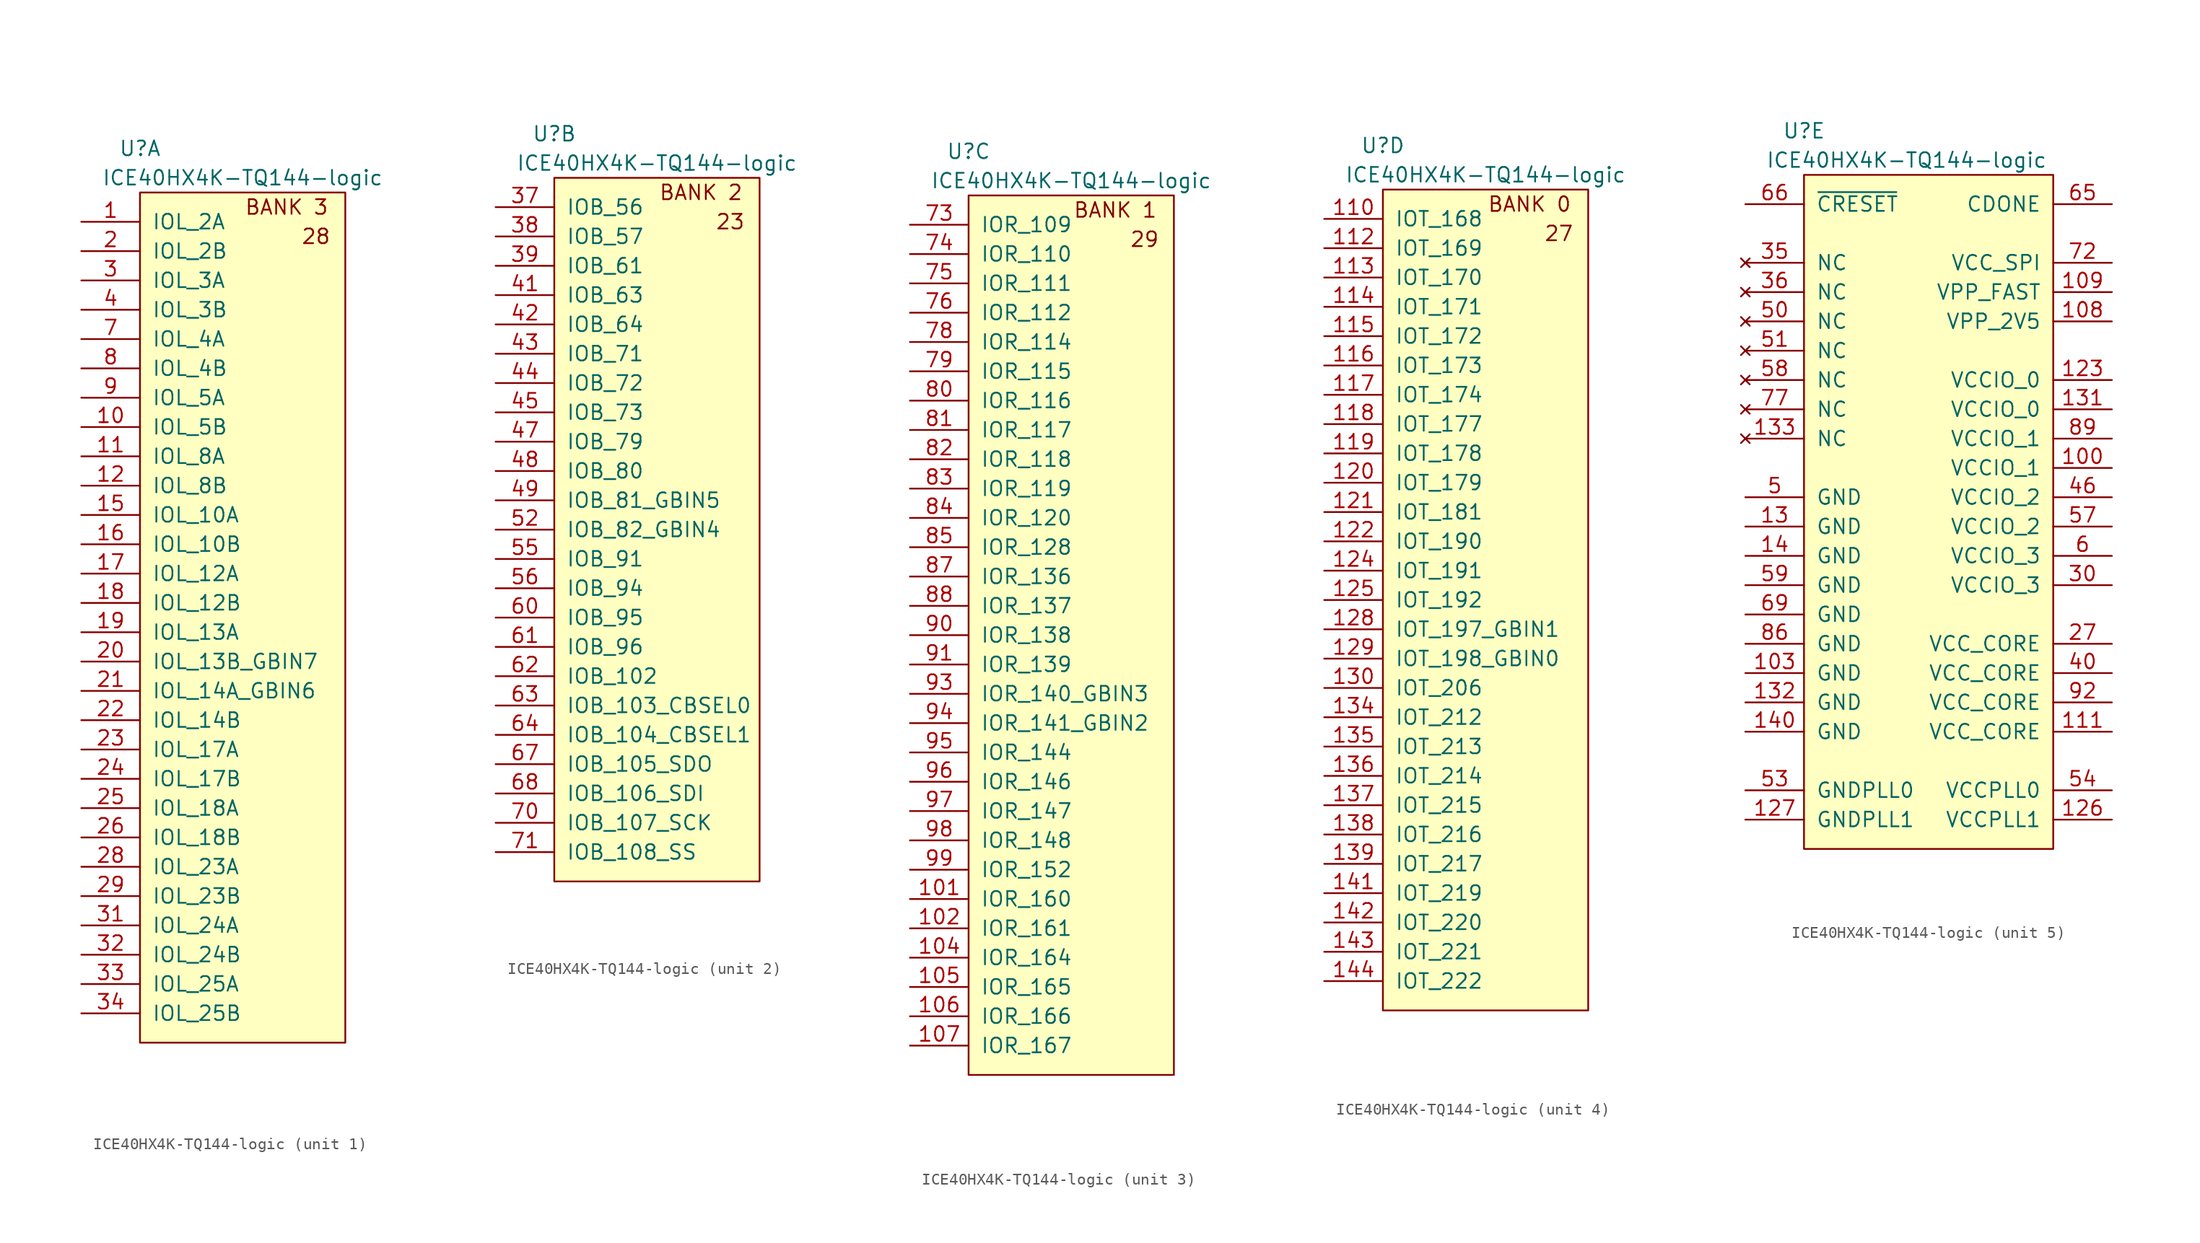
<source format=kicad_sym>
(kicad_symbol_lib
  (version 20220914)
  (generator kicad_symbol_editor)
  (symbol "ICE40HX4K-TQ144-logic"
    (pin_names
      (offset 1.016))
    (property "Reference" "U"
      (at 0 3.81 0)
      (effects (font (size 1.27 1.27))))
    (property "Value" "ICE40HX4K-TQ144-logic"
      (at 8.89 1.27 0)
      (effects (font (size 1.27 1.27))))
    (property "ki_locked" ""
      (at 0 0 0)
      (effects (font (size 1.27 1.27))))
    (symbol "ICE40HX4K-TQ144-logic_1_0"
      (rectangle (start 0 0) (end 17.78 -73.66) (stroke (width 0) (type solid)) (fill (type background)))
      (text "28" (at 15.24 -3.81 0) (effects (font (size 1.27 1.27))))
      (text "BANK 3" (at 12.7 -1.27 0) (effects (font (size 1.27 1.27)))))
    (symbol "ICE40HX4K-TQ144-logic_1_1"
      (pin passive line (at -5.08 -2.54 0) (length 5.08) (name "IOL_2A" (effects (font (size 1.27 1.27)))) (number "1" (effects (font (size 1.27 1.27)))))
      (pin passive line (at -5.08 -20.32 0) (length 5.08) (name "IOL_5B" (effects (font (size 1.27 1.27)))) (number "10" (effects (font (size 1.27 1.27)))))
      (pin passive line (at -5.08 -22.86 0) (length 5.08) (name "IOL_8A" (effects (font (size 1.27 1.27)))) (number "11" (effects (font (size 1.27 1.27)))))
      (pin passive line (at -5.08 -25.4 0) (length 5.08) (name "IOL_8B" (effects (font (size 1.27 1.27)))) (number "12" (effects (font (size 1.27 1.27)))))
      (pin passive line (at -5.08 -27.94 0) (length 5.08) (name "IOL_10A" (effects (font (size 1.27 1.27)))) (number "15" (effects (font (size 1.27 1.27)))))
      (pin passive line (at -5.08 -30.48 0) (length 5.08) (name "IOL_10B" (effects (font (size 1.27 1.27)))) (number "16" (effects (font (size 1.27 1.27)))))
      (pin passive line (at -5.08 -33.02 0) (length 5.08) (name "IOL_12A" (effects (font (size 1.27 1.27)))) (number "17" (effects (font (size 1.27 1.27)))))
      (pin passive line (at -5.08 -35.56 0) (length 5.08) (name "IOL_12B" (effects (font (size 1.27 1.27)))) (number "18" (effects (font (size 1.27 1.27)))))
      (pin passive line (at -5.08 -38.1 0) (length 5.08) (name "IOL_13A" (effects (font (size 1.27 1.27)))) (number "19" (effects (font (size 1.27 1.27)))))
      (pin passive line (at -5.08 -5.08 0) (length 5.08) (name "IOL_2B" (effects (font (size 1.27 1.27)))) (number "2" (effects (font (size 1.27 1.27)))))
      (pin passive line (at -5.08 -40.64 0) (length 5.08) (name "IOL_13B_GBIN7" (effects (font (size 1.27 1.27)))) (number "20" (effects (font (size 1.27 1.27)))))
      (pin passive line (at -5.08 -43.18 0) (length 5.08) (name "IOL_14A_GBIN6" (effects (font (size 1.27 1.27)))) (number "21" (effects (font (size 1.27 1.27)))))
      (pin passive line (at -5.08 -45.72 0) (length 5.08) (name "IOL_14B" (effects (font (size 1.27 1.27)))) (number "22" (effects (font (size 1.27 1.27)))))
      (pin passive line (at -5.08 -48.26 0) (length 5.08) (name "IOL_17A" (effects (font (size 1.27 1.27)))) (number "23" (effects (font (size 1.27 1.27)))))
      (pin passive line (at -5.08 -50.8 0) (length 5.08) (name "IOL_17B" (effects (font (size 1.27 1.27)))) (number "24" (effects (font (size 1.27 1.27)))))
      (pin passive line (at -5.08 -53.34 0) (length 5.08) (name "IOL_18A" (effects (font (size 1.27 1.27)))) (number "25" (effects (font (size 1.27 1.27)))))
      (pin passive line (at -5.08 -55.88 0) (length 5.08) (name "IOL_18B" (effects (font (size 1.27 1.27)))) (number "26" (effects (font (size 1.27 1.27)))))
      (pin passive line (at -5.08 -58.42 0) (length 5.08) (name "IOL_23A" (effects (font (size 1.27 1.27)))) (number "28" (effects (font (size 1.27 1.27)))))
      (pin passive line (at -5.08 -60.96 0) (length 5.08) (name "IOL_23B" (effects (font (size 1.27 1.27)))) (number "29" (effects (font (size 1.27 1.27)))))
      (pin passive line (at -5.08 -7.62 0) (length 5.08) (name "IOL_3A" (effects (font (size 1.27 1.27)))) (number "3" (effects (font (size 1.27 1.27)))))
      (pin passive line (at -5.08 -63.5 0) (length 5.08) (name "IOL_24A" (effects (font (size 1.27 1.27)))) (number "31" (effects (font (size 1.27 1.27)))))
      (pin passive line (at -5.08 -66.04 0) (length 5.08) (name "IOL_24B" (effects (font (size 1.27 1.27)))) (number "32" (effects (font (size 1.27 1.27)))))
      (pin passive line (at -5.08 -68.58 0) (length 5.08) (name "IOL_25A" (effects (font (size 1.27 1.27)))) (number "33" (effects (font (size 1.27 1.27)))))
      (pin passive line (at -5.08 -71.12 0) (length 5.08) (name "IOL_25B" (effects (font (size 1.27 1.27)))) (number "34" (effects (font (size 1.27 1.27)))))
      (pin passive line (at -5.08 -10.16 0) (length 5.08) (name "IOL_3B" (effects (font (size 1.27 1.27)))) (number "4" (effects (font (size 1.27 1.27)))))
      (pin passive line (at -5.08 -12.7 0) (length 5.08) (name "IOL_4A" (effects (font (size 1.27 1.27)))) (number "7" (effects (font (size 1.27 1.27)))))
      (pin passive line (at -5.08 -15.24 0) (length 5.08) (name "IOL_4B" (effects (font (size 1.27 1.27)))) (number "8" (effects (font (size 1.27 1.27)))))
      (pin passive line (at -5.08 -17.78 0) (length 5.08) (name "IOL_5A" (effects (font (size 1.27 1.27)))) (number "9" (effects (font (size 1.27 1.27))))))
    (symbol "ICE40HX4K-TQ144-logic_2_0"
      (rectangle (start 0 0) (end 17.78 -60.96) (stroke (width 0) (type solid)) (fill (type background)))
      (text "23" (at 15.24 -3.81 0) (effects (font (size 1.27 1.27))))
      (text "BANK 2" (at 12.7 -1.27 0) (effects (font (size 1.27 1.27)))))
    (symbol "ICE40HX4K-TQ144-logic_2_1"
      (pin passive line (at -5.08 -2.54 0) (length 5.08) (name "IOB_56" (effects (font (size 1.27 1.27)))) (number "37" (effects (font (size 1.27 1.27)))))
      (pin passive line (at -5.08 -5.08 0) (length 5.08) (name "IOB_57" (effects (font (size 1.27 1.27)))) (number "38" (effects (font (size 1.27 1.27)))))
      (pin passive line (at -5.08 -7.62 0) (length 5.08) (name "IOB_61" (effects (font (size 1.27 1.27)))) (number "39" (effects (font (size 1.27 1.27)))))
      (pin passive line (at -5.08 -10.16 0) (length 5.08) (name "IOB_63" (effects (font (size 1.27 1.27)))) (number "41" (effects (font (size 1.27 1.27)))))
      (pin passive line (at -5.08 -12.7 0) (length 5.08) (name "IOB_64" (effects (font (size 1.27 1.27)))) (number "42" (effects (font (size 1.27 1.27)))))
      (pin passive line (at -5.08 -15.24 0) (length 5.08) (name "IOB_71" (effects (font (size 1.27 1.27)))) (number "43" (effects (font (size 1.27 1.27)))))
      (pin passive line (at -5.08 -17.78 0) (length 5.08) (name "IOB_72" (effects (font (size 1.27 1.27)))) (number "44" (effects (font (size 1.27 1.27)))))
      (pin passive line (at -5.08 -20.32 0) (length 5.08) (name "IOB_73" (effects (font (size 1.27 1.27)))) (number "45" (effects (font (size 1.27 1.27)))))
      (pin passive line (at -5.08 -22.86 0) (length 5.08) (name "IOB_79" (effects (font (size 1.27 1.27)))) (number "47" (effects (font (size 1.27 1.27)))))
      (pin passive line (at -5.08 -25.4 0) (length 5.08) (name "IOB_80" (effects (font (size 1.27 1.27)))) (number "48" (effects (font (size 1.27 1.27)))))
      (pin passive line (at -5.08 -27.94 0) (length 5.08) (name "IOB_81_GBIN5" (effects (font (size 1.27 1.27)))) (number "49" (effects (font (size 1.27 1.27)))))
      (pin passive line (at -5.08 -30.48 0) (length 5.08) (name "IOB_82_GBIN4" (effects (font (size 1.27 1.27)))) (number "52" (effects (font (size 1.27 1.27)))))
      (pin passive line (at -5.08 -33.02 0) (length 5.08) (name "IOB_91" (effects (font (size 1.27 1.27)))) (number "55" (effects (font (size 1.27 1.27)))))
      (pin passive line (at -5.08 -35.56 0) (length 5.08) (name "IOB_94" (effects (font (size 1.27 1.27)))) (number "56" (effects (font (size 1.27 1.27)))))
      (pin passive line (at -5.08 -38.1 0) (length 5.08) (name "IOB_95" (effects (font (size 1.27 1.27)))) (number "60" (effects (font (size 1.27 1.27)))))
      (pin passive line (at -5.08 -40.64 0) (length 5.08) (name "IOB_96" (effects (font (size 1.27 1.27)))) (number "61" (effects (font (size 1.27 1.27)))))
      (pin passive line (at -5.08 -43.18 0) (length 5.08) (name "IOB_102" (effects (font (size 1.27 1.27)))) (number "62" (effects (font (size 1.27 1.27)))))
      (pin passive line (at -5.08 -45.72 0) (length 5.08) (name "IOB_103_CBSEL0" (effects (font (size 1.27 1.27)))) (number "63" (effects (font (size 1.27 1.27)))))
      (pin passive line (at -5.08 -48.26 0) (length 5.08) (name "IOB_104_CBSEL1" (effects (font (size 1.27 1.27)))) (number "64" (effects (font (size 1.27 1.27)))))
      (pin passive line (at -5.08 -50.8 0) (length 5.08) (name "IOB_105_SDO" (effects (font (size 1.27 1.27)))) (number "67" (effects (font (size 1.27 1.27)))))
      (pin passive line (at -5.08 -53.34 0) (length 5.08) (name "IOB_106_SDI" (effects (font (size 1.27 1.27)))) (number "68" (effects (font (size 1.27 1.27)))))
      (pin passive line (at -5.08 -55.88 0) (length 5.08) (name "IOB_107_SCK" (effects (font (size 1.27 1.27)))) (number "70" (effects (font (size 1.27 1.27)))))
      (pin passive line (at -5.08 -58.42 0) (length 5.08) (name "IOB_108_SS" (effects (font (size 1.27 1.27)))) (number "71" (effects (font (size 1.27 1.27))))))
    (symbol "ICE40HX4K-TQ144-logic_3_0"
      (rectangle (start 0 0) (end 17.78 -76.2) (stroke (width 0) (type solid)) (fill (type background)))
      (text "29" (at 15.24 -3.81 0) (effects (font (size 1.27 1.27))))
      (text "BANK 1" (at 12.7 -1.27 0) (effects (font (size 1.27 1.27)))))
    (symbol "ICE40HX4K-TQ144-logic_3_1"
      (pin passive line (at -5.08 -60.96 0) (length 5.08) (name "IOR_160" (effects (font (size 1.27 1.27)))) (number "101" (effects (font (size 1.27 1.27)))))
      (pin passive line (at -5.08 -63.5 0) (length 5.08) (name "IOR_161" (effects (font (size 1.27 1.27)))) (number "102" (effects (font (size 1.27 1.27)))))
      (pin passive line (at -5.08 -66.04 0) (length 5.08) (name "IOR_164" (effects (font (size 1.27 1.27)))) (number "104" (effects (font (size 1.27 1.27)))))
      (pin passive line (at -5.08 -68.58 0) (length 5.08) (name "IOR_165" (effects (font (size 1.27 1.27)))) (number "105" (effects (font (size 1.27 1.27)))))
      (pin passive line (at -5.08 -71.12 0) (length 5.08) (name "IOR_166" (effects (font (size 1.27 1.27)))) (number "106" (effects (font (size 1.27 1.27)))))
      (pin passive line (at -5.08 -73.66 0) (length 5.08) (name "IOR_167" (effects (font (size 1.27 1.27)))) (number "107" (effects (font (size 1.27 1.27)))))
      (pin passive line (at -5.08 -2.54 0) (length 5.08) (name "IOR_109" (effects (font (size 1.27 1.27)))) (number "73" (effects (font (size 1.27 1.27)))))
      (pin passive line (at -5.08 -5.08 0) (length 5.08) (name "IOR_110" (effects (font (size 1.27 1.27)))) (number "74" (effects (font (size 1.27 1.27)))))
      (pin passive line (at -5.08 -7.62 0) (length 5.08) (name "IOR_111" (effects (font (size 1.27 1.27)))) (number "75" (effects (font (size 1.27 1.27)))))
      (pin passive line (at -5.08 -10.16 0) (length 5.08) (name "IOR_112" (effects (font (size 1.27 1.27)))) (number "76" (effects (font (size 1.27 1.27)))))
      (pin passive line (at -5.08 -12.7 0) (length 5.08) (name "IOR_114" (effects (font (size 1.27 1.27)))) (number "78" (effects (font (size 1.27 1.27)))))
      (pin passive line (at -5.08 -15.24 0) (length 5.08) (name "IOR_115" (effects (font (size 1.27 1.27)))) (number "79" (effects (font (size 1.27 1.27)))))
      (pin passive line (at -5.08 -17.78 0) (length 5.08) (name "IOR_116" (effects (font (size 1.27 1.27)))) (number "80" (effects (font (size 1.27 1.27)))))
      (pin passive line (at -5.08 -20.32 0) (length 5.08) (name "IOR_117" (effects (font (size 1.27 1.27)))) (number "81" (effects (font (size 1.27 1.27)))))
      (pin passive line (at -5.08 -22.86 0) (length 5.08) (name "IOR_118" (effects (font (size 1.27 1.27)))) (number "82" (effects (font (size 1.27 1.27)))))
      (pin passive line (at -5.08 -25.4 0) (length 5.08) (name "IOR_119" (effects (font (size 1.27 1.27)))) (number "83" (effects (font (size 1.27 1.27)))))
      (pin passive line (at -5.08 -27.94 0) (length 5.08) (name "IOR_120" (effects (font (size 1.27 1.27)))) (number "84" (effects (font (size 1.27 1.27)))))
      (pin passive line (at -5.08 -30.48 0) (length 5.08) (name "IOR_128" (effects (font (size 1.27 1.27)))) (number "85" (effects (font (size 1.27 1.27)))))
      (pin passive line (at -5.08 -33.02 0) (length 5.08) (name "IOR_136" (effects (font (size 1.27 1.27)))) (number "87" (effects (font (size 1.27 1.27)))))
      (pin passive line (at -5.08 -35.56 0) (length 5.08) (name "IOR_137" (effects (font (size 1.27 1.27)))) (number "88" (effects (font (size 1.27 1.27)))))
      (pin passive line (at -5.08 -38.1 0) (length 5.08) (name "IOR_138" (effects (font (size 1.27 1.27)))) (number "90" (effects (font (size 1.27 1.27)))))
      (pin passive line (at -5.08 -40.64 0) (length 5.08) (name "IOR_139" (effects (font (size 1.27 1.27)))) (number "91" (effects (font (size 1.27 1.27)))))
      (pin passive line (at -5.08 -43.18 0) (length 5.08) (name "IOR_140_GBIN3" (effects (font (size 1.27 1.27)))) (number "93" (effects (font (size 1.27 1.27)))))
      (pin passive line (at -5.08 -45.72 0) (length 5.08) (name "IOR_141_GBIN2" (effects (font (size 1.27 1.27)))) (number "94" (effects (font (size 1.27 1.27)))))
      (pin passive line (at -5.08 -48.26 0) (length 5.08) (name "IOR_144" (effects (font (size 1.27 1.27)))) (number "95" (effects (font (size 1.27 1.27)))))
      (pin passive line (at -5.08 -50.8 0) (length 5.08) (name "IOR_146" (effects (font (size 1.27 1.27)))) (number "96" (effects (font (size 1.27 1.27)))))
      (pin passive line (at -5.08 -53.34 0) (length 5.08) (name "IOR_147" (effects (font (size 1.27 1.27)))) (number "97" (effects (font (size 1.27 1.27)))))
      (pin passive line (at -5.08 -55.88 0) (length 5.08) (name "IOR_148" (effects (font (size 1.27 1.27)))) (number "98" (effects (font (size 1.27 1.27)))))
      (pin passive line (at -5.08 -58.42 0) (length 5.08) (name "IOR_152" (effects (font (size 1.27 1.27)))) (number "99" (effects (font (size 1.27 1.27))))))
    (symbol "ICE40HX4K-TQ144-logic_4_0"
      (rectangle (start 0 0) (end 17.78 -71.12) (stroke (width 0) (type solid)) (fill (type background)))
      (text "27" (at 15.24 -3.81 0) (effects (font (size 1.27 1.27))))
      (text "BANK 0" (at 12.7 -1.27 0) (effects (font (size 1.27 1.27)))))
    (symbol "ICE40HX4K-TQ144-logic_4_1"
      (pin passive line (at -5.08 -2.54 0) (length 5.08) (name "IOT_168" (effects (font (size 1.27 1.27)))) (number "110" (effects (font (size 1.27 1.27)))))
      (pin passive line (at -5.08 -5.08 0) (length 5.08) (name "IOT_169" (effects (font (size 1.27 1.27)))) (number "112" (effects (font (size 1.27 1.27)))))
      (pin passive line (at -5.08 -7.62 0) (length 5.08) (name "IOT_170" (effects (font (size 1.27 1.27)))) (number "113" (effects (font (size 1.27 1.27)))))
      (pin passive line (at -5.08 -10.16 0) (length 5.08) (name "IOT_171" (effects (font (size 1.27 1.27)))) (number "114" (effects (font (size 1.27 1.27)))))
      (pin passive line (at -5.08 -12.7 0) (length 5.08) (name "IOT_172" (effects (font (size 1.27 1.27)))) (number "115" (effects (font (size 1.27 1.27)))))
      (pin passive line (at -5.08 -15.24 0) (length 5.08) (name "IOT_173" (effects (font (size 1.27 1.27)))) (number "116" (effects (font (size 1.27 1.27)))))
      (pin passive line (at -5.08 -17.78 0) (length 5.08) (name "IOT_174" (effects (font (size 1.27 1.27)))) (number "117" (effects (font (size 1.27 1.27)))))
      (pin passive line (at -5.08 -20.32 0) (length 5.08) (name "IOT_177" (effects (font (size 1.27 1.27)))) (number "118" (effects (font (size 1.27 1.27)))))
      (pin passive line (at -5.08 -22.86 0) (length 5.08) (name "IOT_178" (effects (font (size 1.27 1.27)))) (number "119" (effects (font (size 1.27 1.27)))))
      (pin passive line (at -5.08 -25.4 0) (length 5.08) (name "IOT_179" (effects (font (size 1.27 1.27)))) (number "120" (effects (font (size 1.27 1.27)))))
      (pin passive line (at -5.08 -27.94 0) (length 5.08) (name "IOT_181" (effects (font (size 1.27 1.27)))) (number "121" (effects (font (size 1.27 1.27)))))
      (pin passive line (at -5.08 -30.48 0) (length 5.08) (name "IOT_190" (effects (font (size 1.27 1.27)))) (number "122" (effects (font (size 1.27 1.27)))))
      (pin passive line (at -5.08 -33.02 0) (length 5.08) (name "IOT_191" (effects (font (size 1.27 1.27)))) (number "124" (effects (font (size 1.27 1.27)))))
      (pin passive line (at -5.08 -35.56 0) (length 5.08) (name "IOT_192" (effects (font (size 1.27 1.27)))) (number "125" (effects (font (size 1.27 1.27)))))
      (pin passive line (at -5.08 -38.1 0) (length 5.08) (name "IOT_197_GBIN1" (effects (font (size 1.27 1.27)))) (number "128" (effects (font (size 1.27 1.27)))))
      (pin passive line (at -5.08 -40.64 0) (length 5.08) (name "IOT_198_GBIN0" (effects (font (size 1.27 1.27)))) (number "129" (effects (font (size 1.27 1.27)))))
      (pin passive line (at -5.08 -43.18 0) (length 5.08) (name "IOT_206" (effects (font (size 1.27 1.27)))) (number "130" (effects (font (size 1.27 1.27)))))
      (pin passive line (at -5.08 -45.72 0) (length 5.08) (name "IOT_212" (effects (font (size 1.27 1.27)))) (number "134" (effects (font (size 1.27 1.27)))))
      (pin passive line (at -5.08 -48.26 0) (length 5.08) (name "IOT_213" (effects (font (size 1.27 1.27)))) (number "135" (effects (font (size 1.27 1.27)))))
      (pin passive line (at -5.08 -50.8 0) (length 5.08) (name "IOT_214" (effects (font (size 1.27 1.27)))) (number "136" (effects (font (size 1.27 1.27)))))
      (pin passive line (at -5.08 -53.34 0) (length 5.08) (name "IOT_215" (effects (font (size 1.27 1.27)))) (number "137" (effects (font (size 1.27 1.27)))))
      (pin passive line (at -5.08 -55.88 0) (length 5.08) (name "IOT_216" (effects (font (size 1.27 1.27)))) (number "138" (effects (font (size 1.27 1.27)))))
      (pin passive line (at -5.08 -58.42 0) (length 5.08) (name "IOT_217" (effects (font (size 1.27 1.27)))) (number "139" (effects (font (size 1.27 1.27)))))
      (pin passive line (at -5.08 -60.96 0) (length 5.08) (name "IOT_219" (effects (font (size 1.27 1.27)))) (number "141" (effects (font (size 1.27 1.27)))))
      (pin passive line (at -5.08 -63.5 0) (length 5.08) (name "IOT_220" (effects (font (size 1.27 1.27)))) (number "142" (effects (font (size 1.27 1.27)))))
      (pin passive line (at -5.08 -66.04 0) (length 5.08) (name "IOT_221" (effects (font (size 1.27 1.27)))) (number "143" (effects (font (size 1.27 1.27)))))
      (pin passive line (at -5.08 -68.58 0) (length 5.08) (name "IOT_222" (effects (font (size 1.27 1.27)))) (number "144" (effects (font (size 1.27 1.27))))))
    (symbol "ICE40HX4K-TQ144-logic_5_0"
      (rectangle (start 0 0) (end 21.59 -58.42) (stroke (width 0) (type solid)) (fill (type background))))
    (symbol "ICE40HX4K-TQ144-logic_5_1"
      (pin power_in line (at 26.67 -25.4 180) (length 5.08) (name "VCCIO_1" (effects (font (size 1.27 1.27)))) (number "100" (effects (font (size 1.27 1.27)))))
      (pin power_in line (at -5.08 -43.18 0) (length 5.08) (name "GND" (effects (font (size 1.27 1.27)))) (number "103" (effects (font (size 1.27 1.27)))))
      (pin power_in line (at 26.67 -12.7 180) (length 5.08) (name "VPP_2V5" (effects (font (size 1.27 1.27)))) (number "108" (effects (font (size 1.27 1.27)))))
      (pin power_in line (at 26.67 -10.16 180) (length 5.08) (name "VPP_FAST" (effects (font (size 1.27 1.27)))) (number "109" (effects (font (size 1.27 1.27)))))
      (pin power_in line (at 26.67 -48.26 180) (length 5.08) (name "VCC_CORE" (effects (font (size 1.27 1.27)))) (number "111" (effects (font (size 1.27 1.27)))))
      (pin power_in line (at 26.67 -17.78 180) (length 5.08) (name "VCCIO_0" (effects (font (size 1.27 1.27)))) (number "123" (effects (font (size 1.27 1.27)))))
      (pin power_in line (at 26.67 -55.88 180) (length 5.08) (name "VCCPLL1" (effects (font (size 1.27 1.27)))) (number "126" (effects (font (size 1.27 1.27)))))
      (pin power_in line (at -5.08 -55.88 0) (length 5.08) (name "GNDPLL1" (effects (font (size 1.27 1.27)))) (number "127" (effects (font (size 1.27 1.27)))))
      (pin power_in line (at -5.08 -30.48 0) (length 5.08) (name "GND" (effects (font (size 1.27 1.27)))) (number "13" (effects (font (size 1.27 1.27)))))
      (pin power_in line (at 26.67 -20.32 180) (length 5.08) (name "VCCIO_0" (effects (font (size 1.27 1.27)))) (number "131" (effects (font (size 1.27 1.27)))))
      (pin power_in line (at -5.08 -45.72 0) (length 5.08) (name "GND" (effects (font (size 1.27 1.27)))) (number "132" (effects (font (size 1.27 1.27)))))
      (pin no_connect line (at -5.08 -22.86 0) (length 5.08) (name "NC" (effects (font (size 1.27 1.27)))) (number "133" (effects (font (size 1.27 1.27)))))
      (pin power_in line (at -5.08 -33.02 0) (length 5.08) (name "GND" (effects (font (size 1.27 1.27)))) (number "14" (effects (font (size 1.27 1.27)))))
      (pin power_in line (at -5.08 -48.26 0) (length 5.08) (name "GND" (effects (font (size 1.27 1.27)))) (number "140" (effects (font (size 1.27 1.27)))))
      (pin power_in line (at 26.67 -40.64 180) (length 5.08) (name "VCC_CORE" (effects (font (size 1.27 1.27)))) (number "27" (effects (font (size 1.27 1.27)))))
      (pin power_in line (at 26.67 -35.56 180) (length 5.08) (name "VCCIO_3" (effects (font (size 1.27 1.27)))) (number "30" (effects (font (size 1.27 1.27)))))
      (pin no_connect line (at -5.08 -7.62 0) (length 5.08) (name "NC" (effects (font (size 1.27 1.27)))) (number "35" (effects (font (size 1.27 1.27)))))
      (pin no_connect line (at -5.08 -10.16 0) (length 5.08) (name "NC" (effects (font (size 1.27 1.27)))) (number "36" (effects (font (size 1.27 1.27)))))
      (pin power_in line (at 26.67 -43.18 180) (length 5.08) (name "VCC_CORE" (effects (font (size 1.27 1.27)))) (number "40" (effects (font (size 1.27 1.27)))))
      (pin power_in line (at 26.67 -27.94 180) (length 5.08) (name "VCCIO_2" (effects (font (size 1.27 1.27)))) (number "46" (effects (font (size 1.27 1.27)))))
      (pin power_in line (at -5.08 -27.94 0) (length 5.08) (name "GND" (effects (font (size 1.27 1.27)))) (number "5" (effects (font (size 1.27 1.27)))))
      (pin no_connect line (at -5.08 -12.7 0) (length 5.08) (name "NC" (effects (font (size 1.27 1.27)))) (number "50" (effects (font (size 1.27 1.27)))))
      (pin no_connect line (at -5.08 -15.24 0) (length 5.08) (name "NC" (effects (font (size 1.27 1.27)))) (number "51" (effects (font (size 1.27 1.27)))))
      (pin power_in line (at -5.08 -53.34 0) (length 5.08) (name "GNDPLL0" (effects (font (size 1.27 1.27)))) (number "53" (effects (font (size 1.27 1.27)))))
      (pin power_in line (at 26.67 -53.34 180) (length 5.08) (name "VCCPLL0" (effects (font (size 1.27 1.27)))) (number "54" (effects (font (size 1.27 1.27)))))
      (pin power_in line (at 26.67 -30.48 180) (length 5.08) (name "VCCIO_2" (effects (font (size 1.27 1.27)))) (number "57" (effects (font (size 1.27 1.27)))))
      (pin no_connect line (at -5.08 -17.78 0) (length 5.08) (name "NC" (effects (font (size 1.27 1.27)))) (number "58" (effects (font (size 1.27 1.27)))))
      (pin power_in line (at -5.08 -35.56 0) (length 5.08) (name "GND" (effects (font (size 1.27 1.27)))) (number "59" (effects (font (size 1.27 1.27)))))
      (pin power_in line (at 26.67 -33.02 180) (length 5.08) (name "VCCIO_3" (effects (font (size 1.27 1.27)))) (number "6" (effects (font (size 1.27 1.27)))))
      (pin output line (at 26.67 -2.54 180) (length 5.08) (name "CDONE" (effects (font (size 1.27 1.27)))) (number "65" (effects (font (size 1.27 1.27)))))
      (pin input line (at -5.08 -2.54 0) (length 5.08) (name "~{CRESET}" (effects (font (size 1.27 1.27)))) (number "66" (effects (font (size 1.27 1.27)))))
      (pin power_in line (at -5.08 -38.1 0) (length 5.08) (name "GND" (effects (font (size 1.27 1.27)))) (number "69" (effects (font (size 1.27 1.27)))))
      (pin power_in line (at 26.67 -7.62 180) (length 5.08) (name "VCC_SPI" (effects (font (size 1.27 1.27)))) (number "72" (effects (font (size 1.27 1.27)))))
      (pin no_connect line (at -5.08 -20.32 0) (length 5.08) (name "NC" (effects (font (size 1.27 1.27)))) (number "77" (effects (font (size 1.27 1.27)))))
      (pin power_in line (at -5.08 -40.64 0) (length 5.08) (name "GND" (effects (font (size 1.27 1.27)))) (number "86" (effects (font (size 1.27 1.27)))))
      (pin power_in line (at 26.67 -22.86 180) (length 5.08) (name "VCCIO_1" (effects (font (size 1.27 1.27)))) (number "89" (effects (font (size 1.27 1.27)))))
      (pin power_in line (at 26.67 -45.72 180) (length 5.08) (name "VCC_CORE" (effects (font (size 1.27 1.27)))) (number "92" (effects (font (size 1.27 1.27))))))))
</source>
